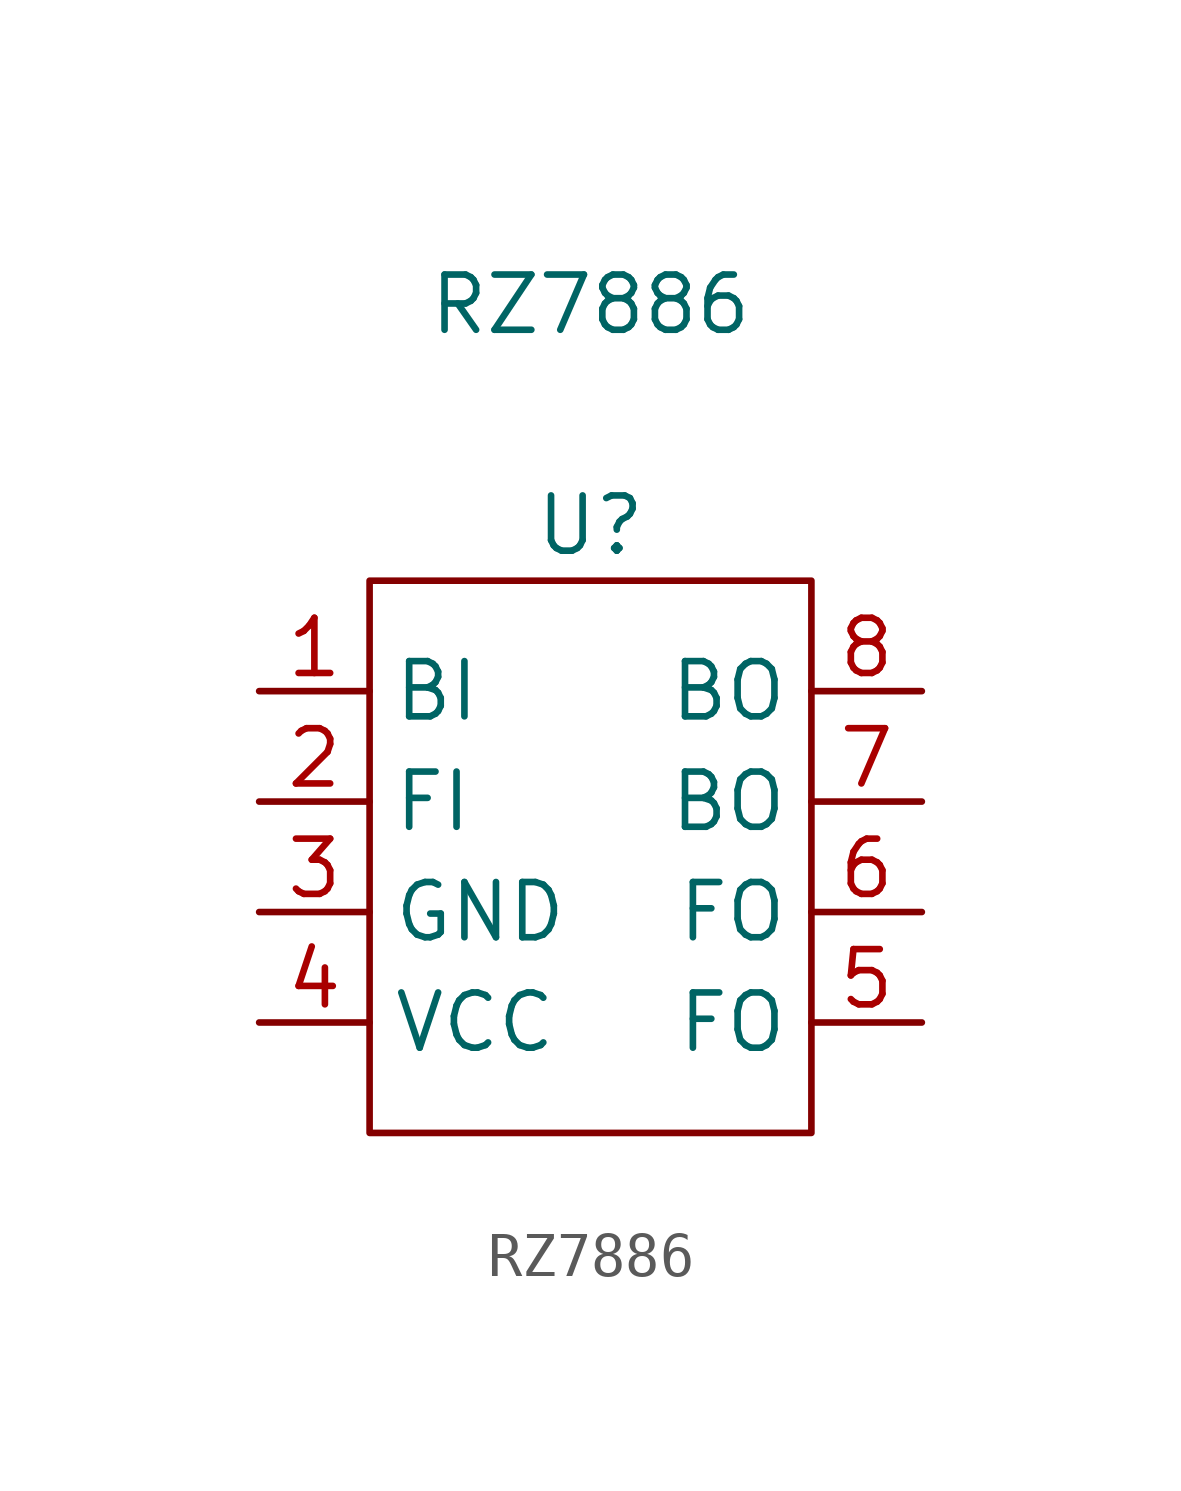
<source format=kicad_sym>
(kicad_symbol_lib
  (version 20220914)
  (generator kicad_symbol_editor)
  (symbol "RZ7886"
    (property "Reference" "U"
      (at 0 0 0)
      (effects (font (size 1.27 1.27))))
    (property "Value" "RZ7886"
      (at 0 5.08 0)
      (effects (font (size 1.27 1.27))))
    (symbol "RZ7886_0_1"
      (rectangle (start -5.08 -1.27) (end 5.08 -13.97) (stroke (width 0) (type default)) (fill (type none))))
    (symbol "RZ7886_1_1"
      (pin input line (at -7.62 -3.81 0) (length 2.54) (name "BI" (effects (font (size 1.27 1.27)))) (number "1" (effects (font (size 1.27 1.27)))))
      (pin input line (at -7.62 -6.35 0) (length 2.54) (name "FI" (effects (font (size 1.27 1.27)))) (number "2" (effects (font (size 1.27 1.27)))))
      (pin power_in line (at -7.62 -8.89 0) (length 2.54) (name "GND" (effects (font (size 1.27 1.27)))) (number "3" (effects (font (size 1.27 1.27)))))
      (pin power_in line (at -7.62 -11.43 0) (length 2.54) (name "VCC" (effects (font (size 1.27 1.27)))) (number "4" (effects (font (size 1.27 1.27)))))
      (pin bidirectional line (at 7.62 -11.43 180) (length 2.54) (name "FO" (effects (font (size 1.27 1.27)))) (number "5" (effects (font (size 1.27 1.27)))))
      (pin bidirectional line (at 7.62 -8.89 180) (length 2.54) (name "FO" (effects (font (size 1.27 1.27)))) (number "6" (effects (font (size 1.27 1.27)))))
      (pin bidirectional line (at 7.62 -6.35 180) (length 2.54) (name "BO" (effects (font (size 1.27 1.27)))) (number "7" (effects (font (size 1.27 1.27)))))
      (pin bidirectional line (at 7.62 -3.81 180) (length 2.54) (name "BO" (effects (font (size 1.27 1.27)))) (number "8" (effects (font (size 1.27 1.27))))))))
</source>
